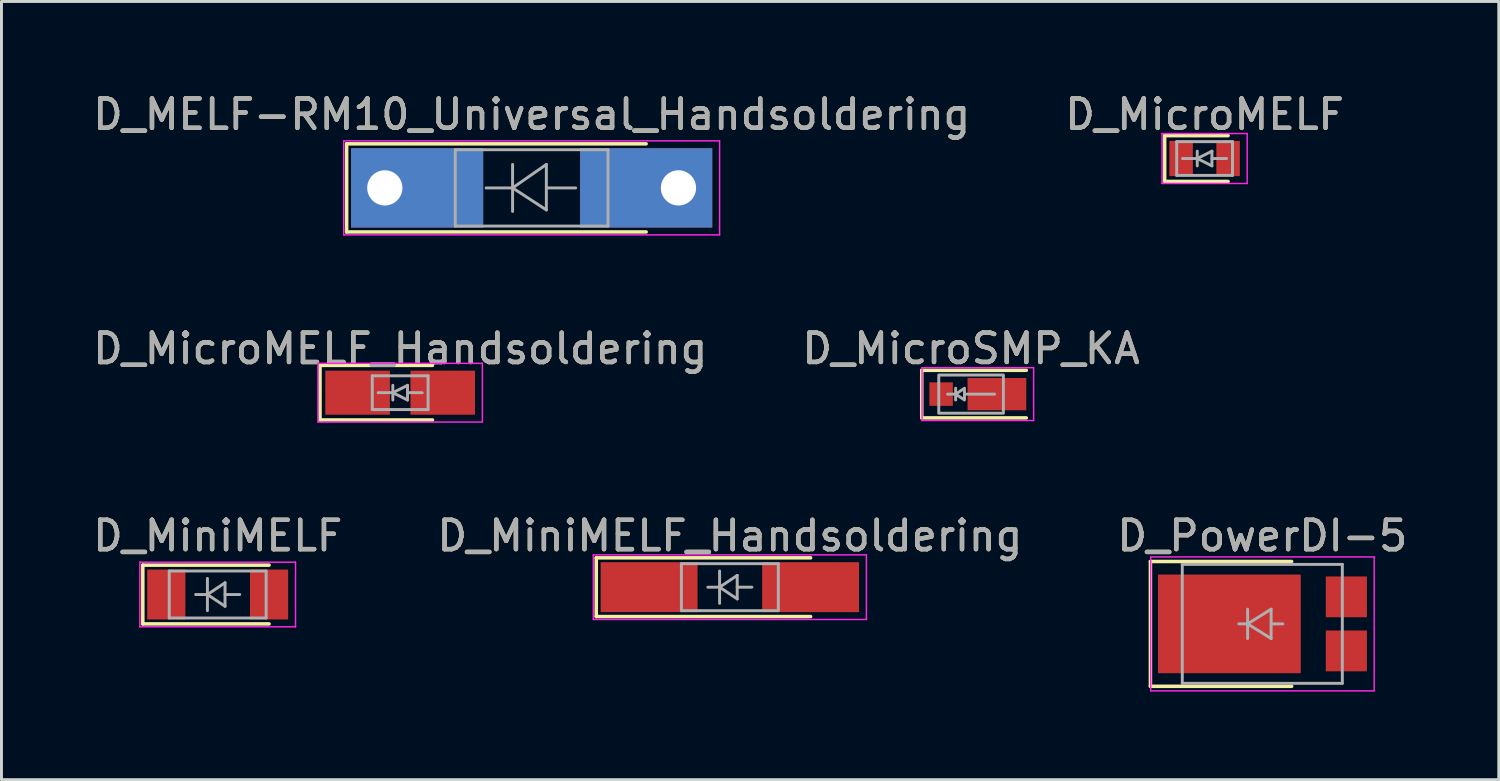
<source format=kicad_pcb>
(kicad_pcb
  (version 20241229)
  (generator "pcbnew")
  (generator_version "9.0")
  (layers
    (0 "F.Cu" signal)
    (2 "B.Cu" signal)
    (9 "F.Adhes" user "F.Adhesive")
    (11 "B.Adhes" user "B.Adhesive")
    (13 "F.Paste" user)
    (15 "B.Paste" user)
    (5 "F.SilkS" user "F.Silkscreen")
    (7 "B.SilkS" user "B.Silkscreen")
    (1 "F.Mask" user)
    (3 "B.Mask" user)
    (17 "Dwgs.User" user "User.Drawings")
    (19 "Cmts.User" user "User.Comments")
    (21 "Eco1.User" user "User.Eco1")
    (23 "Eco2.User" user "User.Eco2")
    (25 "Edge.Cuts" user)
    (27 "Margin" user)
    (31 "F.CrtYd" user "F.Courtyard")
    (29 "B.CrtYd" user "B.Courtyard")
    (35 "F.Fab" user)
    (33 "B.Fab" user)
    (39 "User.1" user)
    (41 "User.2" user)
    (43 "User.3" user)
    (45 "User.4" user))
  (footprint "D_MiniMELF"
    (layer "F.Cu")
    (at 4.363 17.195)
    (property "Reference" "D_MiniMELF" (at 0 -2 0) (layer "F.SilkS") (effects (font (size 1 1) (thickness 0.15))))
    (attr smd)
    (fp_line (start -2.55 -1) (end -2.55 1) (stroke (width 0.12) (type solid)) (layer "F.SilkS"))
    (fp_line (start -2.55 1) (end 1.75 1) (stroke (width 0.12) (type solid)) (layer "F.SilkS"))
    (fp_line (start 1.75 -1) (end -2.55 -1) (stroke (width 0.12) (type solid)) (layer "F.SilkS"))
    (fp_line (start -2.65 -1.1) (end 2.65 -1.1) (stroke (width 0.05) (type solid)) (layer "F.CrtYd"))
    (fp_line (start -2.65 1.1) (end -2.65 -1.1) (stroke (width 0.05) (type solid)) (layer "F.CrtYd"))
    (fp_line (start 2.65 -1.1) (end 2.65 1.1) (stroke (width 0.05) (type solid)) (layer "F.CrtYd"))
    (fp_line (start 2.65 1.1) (end -2.65 1.1) (stroke (width 0.05) (type solid)) (layer "F.CrtYd"))
    (fp_line (start -1.65 -0.8) (end 1.65 -0.8) (stroke (width 0.1) (type solid)) (layer "F.Fab"))
    (fp_line (start -1.65 0.8) (end -1.65 -0.8) (stroke (width 0.1) (type solid)) (layer "F.Fab"))
    (fp_line (start -0.75 0) (end -0.35 0) (stroke (width 0.1) (type solid)) (layer "F.Fab"))
    (fp_line (start -0.35 0) (end -0.35 -0.55) (stroke (width 0.1) (type solid)) (layer "F.Fab"))
    (fp_line (start -0.35 0) (end -0.35 0.55) (stroke (width 0.1) (type solid)) (layer "F.Fab"))
    (fp_line (start -0.35 0) (end 0.25 -0.4) (stroke (width 0.1) (type solid)) (layer "F.Fab"))
    (fp_line (start 0.25 -0.4) (end 0.25 0.4) (stroke (width 0.1) (type solid)) (layer "F.Fab"))
    (fp_line (start 0.25 0) (end 0.75 0) (stroke (width 0.1) (type solid)) (layer "F.Fab"))
    (fp_line (start 0.25 0.4) (end -0.35 0) (stroke (width 0.1) (type solid)) (layer "F.Fab"))
    (fp_line (start 1.65 -0.8) (end 1.65 0.8) (stroke (width 0.1) (type solid)) (layer "F.Fab"))
    (fp_line (start 1.65 0.8) (end -1.65 0.8) (stroke (width 0.1) (type solid)) (layer "F.Fab"))
    (fp_text user "${REFERENCE}" (at 0 -2 0) (layer "F.Fab") (effects (font (size 1 1) (thickness 0.15))))
    (pad "1" smd rect (at -1.75 0) (size 1.3 1.7) (layers "F.Cu" "F.Mask" "F.Paste"))
    (pad "2" smd rect (at 1.75 0) (size 1.3 1.7) (layers "F.Cu" "F.Mask" "F.Paste")))
  (footprint "D_MicroSMP_KA"
    (layer "F.Cu")
    (at 30.018 10.371)
    (property "Reference" "D_MicroSMP_KA" (at 0 -1.55 0) (unlocked yes) (layer "F.SilkS") (effects (font (size 1 1) (thickness 0.15))))
    (attr smd)
    (fp_line (start -1.68 -0.81) (end -1.68 0.81) (stroke (width 0.12) (type solid)) (layer "F.SilkS"))
    (fp_line (start -1.68 -0.81) (end 1.88 -0.81) (stroke (width 0.12) (type solid)) (layer "F.SilkS"))
    (fp_line (start -1.68 0.81) (end 1.88 0.81) (stroke (width 0.12) (type solid)) (layer "F.SilkS"))
    (fp_line (start -1.67 -0.9) (end -1.67 0.9) (stroke (width 0.05) (type solid)) (layer "F.CrtYd"))
    (fp_line (start -1.67 -0.9) (end 2.13 -0.9) (stroke (width 0.05) (type solid)) (layer "F.CrtYd"))
    (fp_line (start -1.67 0.9) (end 2.13 0.9) (stroke (width 0.05) (type solid)) (layer "F.CrtYd"))
    (fp_line (start 2.13 -0.9) (end 2.13 0.9) (stroke (width 0.05) (type solid)) (layer "F.CrtYd"))
    (fp_line (start -0.525 -0.2) (end -0.525 0.2) (stroke (width 0.1) (type solid)) (layer "F.Fab"))
    (fp_line (start -0.525 0) (end -0.8 0) (stroke (width 0.1) (type solid)) (layer "F.Fab"))
    (fp_line (start 0.8 0) (end -0.225 0) (stroke (width 0.1) (type solid)) (layer "F.Fab"))
    (fp_rect (start -1.1 -0.65) (end 1.1 0.65) (stroke (width 0.1) (type solid)) (fill no) (layer "F.Fab"))
    (fp_poly (pts (xy -0.225 0.2) (xy -0.525 0) (xy -0.225 -0.2)) (stroke (width 0.1) (type solid)) (fill no) (layer "F.Fab"))
    (fp_text user "${REFERENCE}" (at 0 -1.55 0) (unlocked yes) (layer "F.Fab") (effects (font (size 1 1) (thickness 0.15))))
    (pad "1" smd rect (at -1.02 0) (size 0.8 0.8) (layers "F.Cu" "F.Mask" "F.Paste"))
    (pad "2" smd rect (at 0.88 0) (size 2 1.1) (layers "F.Cu" "F.Mask" "F.Paste")))
  (footprint "D_PowerDI-5"
    (layer "F.Cu")
    (at 39.935 18.195)
    (property "Reference" "D_PowerDI-5" (at 0 -3 0) (layer "F.SilkS") (effects (font (size 1 1) (thickness 0.15))))
    (attr smd)
    (fp_line (start -3.81 2.125) (end -3.81 -2.125) (stroke (width 0.12) (type solid)) (layer "F.SilkS"))
    (fp_line (start -3.81 2.125) (end 1 2.125) (stroke (width 0.12) (type solid)) (layer "F.SilkS"))
    (fp_line (start 1 -2.125) (end -3.81 -2.125) (stroke (width 0.12) (type solid)) (layer "F.SilkS"))
    (fp_line (start -3.8 -2.28) (end 3.81 -2.28) (stroke (width 0.05) (type solid)) (layer "F.CrtYd"))
    (fp_line (start -3.8 2.28) (end -3.8 -2.28) (stroke (width 0.05) (type solid)) (layer "F.CrtYd"))
    (fp_line (start 3.81 -2.28) (end 3.81 2.28) (stroke (width 0.05) (type solid)) (layer "F.CrtYd"))
    (fp_line (start 3.81 2.28) (end -3.8 2.28) (stroke (width 0.05) (type solid)) (layer "F.CrtYd"))
    (fp_line (start -2.725 -2.025) (end 2.725 -2.025) (stroke (width 0.1) (type solid)) (layer "F.Fab"))
    (fp_line (start -2.725 2.025) (end -2.725 -2.025) (stroke (width 0.1) (type solid)) (layer "F.Fab"))
    (fp_line (start -0.8 0) (end -0.5 0) (stroke (width 0.1) (type solid)) (layer "F.Fab"))
    (fp_line (start -0.5 0) (end -0.5 -0.5) (stroke (width 0.1) (type solid)) (layer "F.Fab"))
    (fp_line (start -0.5 0) (end -0.5 0.5) (stroke (width 0.1) (type solid)) (layer "F.Fab"))
    (fp_line (start -0.5 0) (end 0.3 0.5) (stroke (width 0.1) (type solid)) (layer "F.Fab"))
    (fp_line (start 0.3 -0.5) (end -0.5 0) (stroke (width 0.1) (type solid)) (layer "F.Fab"))
    (fp_line (start 0.3 0) (end 0.7 0) (stroke (width 0.1) (type solid)) (layer "F.Fab"))
    (fp_line (start 0.3 0.5) (end 0.3 -0.5) (stroke (width 0.1) (type solid)) (layer "F.Fab"))
    (fp_line (start 2.725 -2.025) (end 2.725 2.025) (stroke (width 0.1) (type solid)) (layer "F.Fab"))
    (fp_line (start 2.725 2.025) (end -2.725 2.025) (stroke (width 0.1) (type solid)) (layer "F.Fab"))
    (fp_text user "${REFERENCE}" (at 0 -3 0) (layer "F.Fab") (effects (font (size 1 1) (thickness 0.15))))
    (pad "1" smd rect (at -1.12 0 180) (size 4.86 3.36) (layers "F.Cu" "F.Mask" "F.Paste"))
    (pad "2" smd rect (at 2.862 -0.92 180) (size 1.4 1.39) (layers "F.Cu" "F.Mask" "F.Paste"))
    (pad "2" smd rect (at 2.862 0.92 180) (size 1.4 1.39) (layers "F.Cu" "F.Mask" "F.Paste")))
  (footprint "D_MicroMELF"
    (layer "F.Cu")
    (at 37.97 2.348)
    (property "Reference" "D_MicroMELF" (at 0 -1.5 0) (layer "F.SilkS") (effects (font (size 1 1) (thickness 0.15))))
    (attr smd)
    (fp_line (start -1.36 -0.78) (end -1.36 0.78) (stroke (width 0.12) (type solid)) (layer "F.SilkS"))
    (fp_line (start -1.36 0.78) (end 0.8 0.78) (stroke (width 0.12) (type solid)) (layer "F.SilkS"))
    (fp_line (start 0.8 -0.78) (end -1.36 -0.78) (stroke (width 0.12) (type solid)) (layer "F.SilkS"))
    (fp_line (start -1.45 -0.85) (end -1.45 0.85) (stroke (width 0.05) (type solid)) (layer "F.CrtYd"))
    (fp_line (start -1.45 -0.85) (end 1.45 -0.85) (stroke (width 0.05) (type solid)) (layer "F.CrtYd"))
    (fp_line (start 1.45 0.85) (end -1.45 0.85) (stroke (width 0.05) (type solid)) (layer "F.CrtYd"))
    (fp_line (start 1.45 0.85) (end 1.45 -0.85) (stroke (width 0.05) (type solid)) (layer "F.CrtYd"))
    (fp_line (start -0.95 -0.575) (end 0.95 -0.575) (stroke (width 0.1) (type solid)) (layer "F.Fab"))
    (fp_line (start -0.95 0.575) (end -0.95 -0.575) (stroke (width 0.1) (type solid)) (layer "F.Fab"))
    (fp_line (start -0.25 -0.25) (end -0.25 0.25) (stroke (width 0.1) (type solid)) (layer "F.Fab"))
    (fp_line (start -0.25 0) (end -0.75 0) (stroke (width 0.1) (type solid)) (layer "F.Fab"))
    (fp_line (start -0.25 0) (end 0.25 -0.25) (stroke (width 0.1) (type solid)) (layer "F.Fab"))
    (fp_line (start 0.25 -0.25) (end 0.25 0.25) (stroke (width 0.1) (type solid)) (layer "F.Fab"))
    (fp_line (start 0.25 0) (end 0.75 0) (stroke (width 0.1) (type solid)) (layer "F.Fab"))
    (fp_line (start 0.25 0.25) (end -0.25 0) (stroke (width 0.1) (type solid)) (layer "F.Fab"))
    (fp_line (start 0.95 -0.575) (end 0.95 0.575) (stroke (width 0.1) (type solid)) (layer "F.Fab"))
    (fp_line (start 0.95 0.575) (end -0.95 0.575) (stroke (width 0.1) (type solid)) (layer "F.Fab"))
    (fp_text user "${REFERENCE}" (at 0 -1.5 0) (layer "F.Fab") (effects (font (size 1 1) (thickness 0.15))))
    (pad "1" smd rect (at -0.8 0) (size 0.8 1.2) (layers "F.Cu" "F.Mask" "F.Paste"))
    (pad "2" smd rect (at 0.8 0) (size 0.8 1.2) (layers "F.Cu" "F.Mask" "F.Paste")))
  (footprint "D_MELF-RM10_Universal_Handsoldering"
    (layer "F.Cu")
    (at 15.054 3.348)
    (property "Reference" "D_MELF-RM10_Universal_Handsoldering" (at 0 -2.5 0) (layer "F.SilkS") (effects (font (size 1 1) (thickness 0.15))))
    (attr through_hole)
    (fp_line (start -6.3 -1.5) (end -6.3 1.5) (stroke (width 0.12) (type solid)) (layer "F.SilkS"))
    (fp_line (start -6.3 1.5) (end 3.9 1.5) (stroke (width 0.12) (type solid)) (layer "F.SilkS"))
    (fp_line (start 3.9 -1.5) (end -6.3 -1.5) (stroke (width 0.12) (type solid)) (layer "F.SilkS"))
    (fp_line (start -6.4 -1.6) (end 6.4 -1.6) (stroke (width 0.05) (type solid)) (layer "F.CrtYd"))
    (fp_line (start -6.4 1.6) (end -6.4 -1.6) (stroke (width 0.05) (type solid)) (layer "F.CrtYd"))
    (fp_line (start 6.4 -1.6) (end 6.4 1.6) (stroke (width 0.05) (type solid)) (layer "F.CrtYd"))
    (fp_line (start 6.4 1.6) (end -6.4 1.6) (stroke (width 0.05) (type solid)) (layer "F.CrtYd"))
    (fp_line (start -2.6 -1.3) (end -2.6 1.3) (stroke (width 0.1) (type solid)) (layer "F.Fab"))
    (fp_line (start -2.6 1.3) (end 2.6 1.3) (stroke (width 0.1) (type solid)) (layer "F.Fab"))
    (fp_line (start -0.649 -0.799) (end -0.649 0.801) (stroke (width 0.1) (type solid)) (layer "F.Fab"))
    (fp_line (start -0.649 0.001) (end -1.551 0.001) (stroke (width 0.1) (type solid)) (layer "F.Fab"))
    (fp_line (start -0.649 0.001) (end 0.501 -0.799) (stroke (width 0.1) (type solid)) (layer "F.Fab"))
    (fp_line (start -0.649 0.001) (end 0.501 0.75) (stroke (width 0.1) (type solid)) (layer "F.Fab"))
    (fp_line (start 0.501 0.001) (end 1.499 0.001) (stroke (width 0.1) (type solid)) (layer "F.Fab"))
    (fp_line (start 0.501 0.75) (end 0.501 -0.799) (stroke (width 0.1) (type solid)) (layer "F.Fab"))
    (fp_line (start 2.6 -1.3) (end -2.6 -1.3) (stroke (width 0.1) (type solid)) (layer "F.Fab"))
    (fp_line (start 2.6 1.3) (end 2.6 -1.3) (stroke (width 0.1) (type solid)) (layer "F.Fab"))
    (fp_text user "${REFERENCE}" (at 0 -2.5 0) (layer "F.Fab") (effects (font (size 1 1) (thickness 0.15))))
    (pad "1" thru_hole rect (at -5 0) (size 4.5 2.7) (drill 1.199 (offset 1.1 0)) (layers "*.Cu" "*.Mask"))
    (pad "2" thru_hole rect (at 5 0 180) (size 4.5 2.7) (drill 1.199 (offset 1.1 0)) (layers "*.Cu" "*.Mask")))
  (footprint "D_MicroMELF_Handsoldering"
    (layer "F.Cu")
    (at 10.577 10.322)
    (property "Reference" "D_MicroMELF_Handsoldering" (at 0 -1.5 0) (layer "F.SilkS") (effects (font (size 1 1) (thickness 0.15))))
    (attr smd)
    (fp_line (start -2.73 -0.93) (end -2.73 0.93) (stroke (width 0.12) (type solid)) (layer "F.SilkS"))
    (fp_line (start -2.73 0.93) (end 1.1 0.93) (stroke (width 0.12) (type solid)) (layer "F.SilkS"))
    (fp_line (start 1.1 -0.93) (end -2.73 -0.93) (stroke (width 0.12) (type solid)) (layer "F.SilkS"))
    (fp_line (start -2.8 -1) (end -2.8 1) (stroke (width 0.05) (type solid)) (layer "F.CrtYd"))
    (fp_line (start -2.8 -1) (end 2.8 -1) (stroke (width 0.05) (type solid)) (layer "F.CrtYd"))
    (fp_line (start 2.8 1) (end -2.8 1) (stroke (width 0.05) (type solid)) (layer "F.CrtYd"))
    (fp_line (start 2.8 1) (end 2.8 -1) (stroke (width 0.05) (type solid)) (layer "F.CrtYd"))
    (fp_line (start -0.95 -0.575) (end 0.95 -0.575) (stroke (width 0.1) (type solid)) (layer "F.Fab"))
    (fp_line (start -0.95 0.575) (end -0.95 -0.575) (stroke (width 0.1) (type solid)) (layer "F.Fab"))
    (fp_line (start -0.25 -0.25) (end -0.25 0.25) (stroke (width 0.1) (type solid)) (layer "F.Fab"))
    (fp_line (start -0.25 0) (end -0.75 0) (stroke (width 0.1) (type solid)) (layer "F.Fab"))
    (fp_line (start -0.25 0) (end 0.25 -0.25) (stroke (width 0.1) (type solid)) (layer "F.Fab"))
    (fp_line (start 0.25 -0.25) (end 0.25 0.25) (stroke (width 0.1) (type solid)) (layer "F.Fab"))
    (fp_line (start 0.25 0) (end 0.75 0) (stroke (width 0.1) (type solid)) (layer "F.Fab"))
    (fp_line (start 0.25 0.25) (end -0.25 0) (stroke (width 0.1) (type solid)) (layer "F.Fab"))
    (fp_line (start 0.95 -0.575) (end 0.95 0.575) (stroke (width 0.1) (type solid)) (layer "F.Fab"))
    (fp_line (start 0.95 0.575) (end -0.95 0.575) (stroke (width 0.1) (type solid)) (layer "F.Fab"))
    (fp_text user "${REFERENCE}" (at 0 -1.5 0) (layer "F.Fab") (effects (font (size 1 1) (thickness 0.15))))
    (pad "1" smd rect (at -1.45 0) (size 2.2 1.5) (layers "F.Cu" "F.Mask" "F.Paste"))
    (pad "2" smd rect (at 1.45 0) (size 2.2 1.5) (layers "F.Cu" "F.Mask" "F.Paste")))
  (footprint "D_MiniMELF_Handsoldering"
    (layer "F.Cu")
    (at 21.804 16.945)
    (property "Reference" "D_MiniMELF_Handsoldering" (at 0 -1.75 0) (layer "F.SilkS") (effects (font (size 1 1) (thickness 0.15))))
    (attr smd)
    (fp_line (start -4.55 -1) (end -4.55 1) (stroke (width 0.12) (type solid)) (layer "F.SilkS"))
    (fp_line (start -4.55 1) (end 2.75 1) (stroke (width 0.12) (type solid)) (layer "F.SilkS"))
    (fp_line (start 2.75 -1) (end -4.55 -1) (stroke (width 0.12) (type solid)) (layer "F.SilkS"))
    (fp_line (start -4.65 -1.1) (end 4.65 -1.1) (stroke (width 0.05) (type solid)) (layer "F.CrtYd"))
    (fp_line (start -4.65 1.1) (end -4.65 -1.1) (stroke (width 0.05) (type solid)) (layer "F.CrtYd"))
    (fp_line (start 4.65 -1.1) (end 4.65 1.1) (stroke (width 0.05) (type solid)) (layer "F.CrtYd"))
    (fp_line (start 4.65 1.1) (end -4.65 1.1) (stroke (width 0.05) (type solid)) (layer "F.CrtYd"))
    (fp_line (start -1.65 -0.8) (end 1.65 -0.8) (stroke (width 0.1) (type solid)) (layer "F.Fab"))
    (fp_line (start -1.65 0.8) (end -1.65 -0.8) (stroke (width 0.1) (type solid)) (layer "F.Fab"))
    (fp_line (start -0.75 0) (end -0.35 0) (stroke (width 0.1) (type solid)) (layer "F.Fab"))
    (fp_line (start -0.35 0) (end -0.35 -0.55) (stroke (width 0.1) (type solid)) (layer "F.Fab"))
    (fp_line (start -0.35 0) (end -0.35 0.55) (stroke (width 0.1) (type solid)) (layer "F.Fab"))
    (fp_line (start -0.35 0) (end 0.25 -0.4) (stroke (width 0.1) (type solid)) (layer "F.Fab"))
    (fp_line (start 0.25 -0.4) (end 0.25 0.4) (stroke (width 0.1) (type solid)) (layer "F.Fab"))
    (fp_line (start 0.25 0) (end 0.75 0) (stroke (width 0.1) (type solid)) (layer "F.Fab"))
    (fp_line (start 0.25 0.4) (end -0.35 0) (stroke (width 0.1) (type solid)) (layer "F.Fab"))
    (fp_line (start 1.65 -0.8) (end 1.65 0.8) (stroke (width 0.1) (type solid)) (layer "F.Fab"))
    (fp_line (start 1.65 0.8) (end -1.65 0.8) (stroke (width 0.1) (type solid)) (layer "F.Fab"))
    (fp_text user "${REFERENCE}" (at 0 -1.75 0) (layer "F.Fab") (effects (font (size 1 1) (thickness 0.15))))
    (pad "1" smd rect (at -2.75 0) (size 3.3 1.7) (layers "F.Cu" "F.Mask" "F.Paste"))
    (pad "2" smd rect (at 2.75 0) (size 3.3 1.7) (layers "F.Cu" "F.Mask" "F.Paste")))
  (gr_rect
    (start -3 -3)
    (end 47.988 23.5)
    (stroke (width 0.1) (type default))
    (fill no)
    (layer "Edge.Cuts")))
</source>
